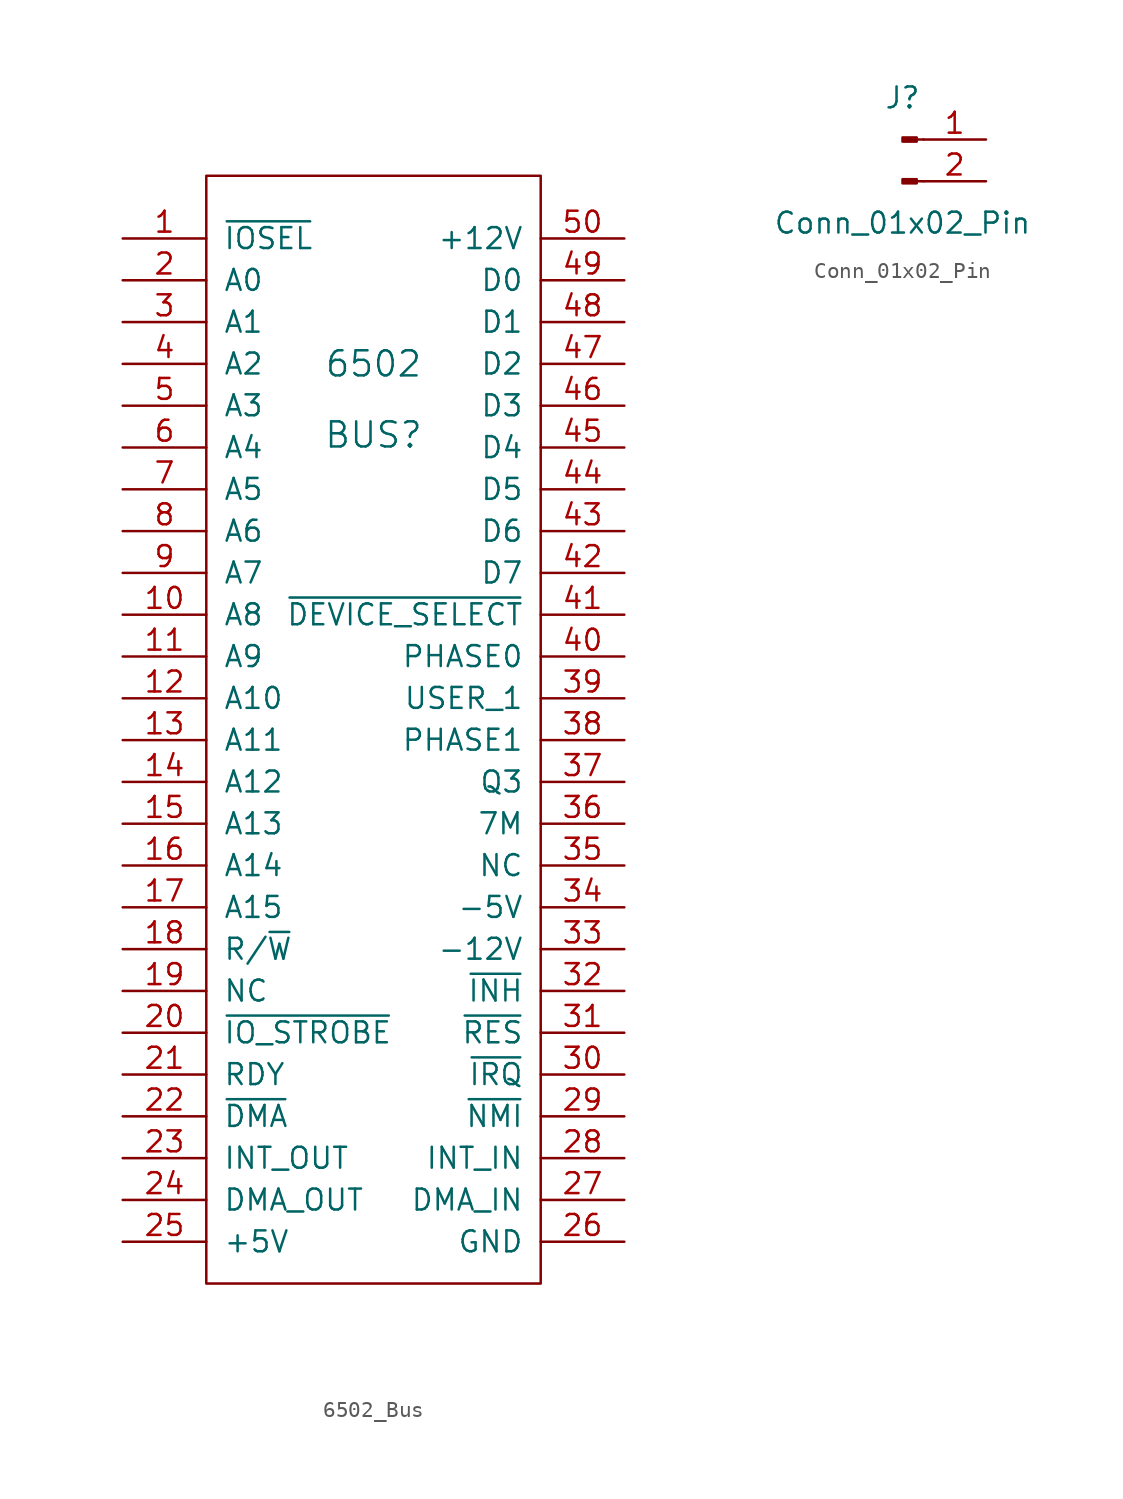
<source format=kicad_sym>
(kicad_symbol_lib
  (version 20241209)
  (generator "kicad_symbol_editor")
  (generator_version "9.0")
  (symbol "6502_Bus"
    (pin_names
      (offset 1.016))
    (property "Reference" "BUS"
      (at 0 17.272 0)
      (effects (font (size 1.524 1.524))))
    (property "Value" "6502"
      (at 0 21.59 0)
      (effects (font (size 1.524 1.524))))
    (symbol "6502_Bus_0_1"
      (rectangle (start -10.16 33.02) (end 10.16 -34.29) (stroke (width 0) (type solid)) (fill (type none))))
    (symbol "6502_Bus_1_1"
      (pin input line (at -15.24 29.21 0) (length 5.08) (name "~{IOSEL}" (effects (font (size 1.27 1.27)))) (number "1" (effects (font (size 1.27 1.27)))))
      (pin input line (at -15.24 26.67 0) (length 5.08) (name "A0" (effects (font (size 1.27 1.27)))) (number "2" (effects (font (size 1.27 1.27)))))
      (pin input line (at -15.24 24.13 0) (length 5.08) (name "A1" (effects (font (size 1.27 1.27)))) (number "3" (effects (font (size 1.27 1.27)))))
      (pin input line (at -15.24 21.59 0) (length 5.08) (name "A2" (effects (font (size 1.27 1.27)))) (number "4" (effects (font (size 1.27 1.27)))))
      (pin input line (at -15.24 19.05 0) (length 5.08) (name "A3" (effects (font (size 1.27 1.27)))) (number "5" (effects (font (size 1.27 1.27)))))
      (pin input line (at -15.24 16.51 0) (length 5.08) (name "A4" (effects (font (size 1.27 1.27)))) (number "6" (effects (font (size 1.27 1.27)))))
      (pin input line (at -15.24 13.97 0) (length 5.08) (name "A5" (effects (font (size 1.27 1.27)))) (number "7" (effects (font (size 1.27 1.27)))))
      (pin input line (at -15.24 11.43 0) (length 5.08) (name "A6" (effects (font (size 1.27 1.27)))) (number "8" (effects (font (size 1.27 1.27)))))
      (pin input line (at -15.24 8.89 0) (length 5.08) (name "A7" (effects (font (size 1.27 1.27)))) (number "9" (effects (font (size 1.27 1.27)))))
      (pin input line (at -15.24 6.35 0) (length 5.08) (name "A8" (effects (font (size 1.27 1.27)))) (number "10" (effects (font (size 1.27 1.27)))))
      (pin input line (at -15.24 3.81 0) (length 5.08) (name "A9" (effects (font (size 1.27 1.27)))) (number "11" (effects (font (size 1.27 1.27)))))
      (pin input line (at -15.24 1.27 0) (length 5.08) (name "A10" (effects (font (size 1.27 1.27)))) (number "12" (effects (font (size 1.27 1.27)))))
      (pin input line (at -15.24 -1.27 0) (length 5.08) (name "A11" (effects (font (size 1.27 1.27)))) (number "13" (effects (font (size 1.27 1.27)))))
      (pin input line (at -15.24 -3.81 0) (length 5.08) (name "A12" (effects (font (size 1.27 1.27)))) (number "14" (effects (font (size 1.27 1.27)))))
      (pin input line (at -15.24 -6.35 0) (length 5.08) (name "A13" (effects (font (size 1.27 1.27)))) (number "15" (effects (font (size 1.27 1.27)))))
      (pin input line (at -15.24 -8.89 0) (length 5.08) (name "A14" (effects (font (size 1.27 1.27)))) (number "16" (effects (font (size 1.27 1.27)))))
      (pin input line (at -15.24 -11.43 0) (length 5.08) (name "A15" (effects (font (size 1.27 1.27)))) (number "17" (effects (font (size 1.27 1.27)))))
      (pin input line (at -15.24 -13.97 0) (length 5.08) (name "R/~{W}" (effects (font (size 1.27 1.27)))) (number "18" (effects (font (size 1.27 1.27)))))
      (pin input line (at -15.24 -16.51 0) (length 5.08) (name "NC" (effects (font (size 1.27 1.27)))) (number "19" (effects (font (size 1.27 1.27)))))
      (pin input line (at -15.24 -19.05 0) (length 5.08) (name "~{IO_STROBE}" (effects (font (size 1.27 1.27)))) (number "20" (effects (font (size 1.27 1.27)))))
      (pin input line (at -15.24 -21.59 0) (length 5.08) (name "RDY" (effects (font (size 1.27 1.27)))) (number "21" (effects (font (size 1.27 1.27)))))
      (pin input line (at -15.24 -24.13 0) (length 5.08) (name "~{DMA}" (effects (font (size 1.27 1.27)))) (number "22" (effects (font (size 1.27 1.27)))))
      (pin input line (at -15.24 -26.67 0) (length 5.08) (name "INT_OUT" (effects (font (size 1.27 1.27)))) (number "23" (effects (font (size 1.27 1.27)))))
      (pin input line (at -15.24 -29.21 0) (length 5.08) (name "DMA_OUT" (effects (font (size 1.27 1.27)))) (number "24" (effects (font (size 1.27 1.27)))))
      (pin input line (at -15.24 -31.75 0) (length 5.08) (name "+5V" (effects (font (size 1.27 1.27)))) (number "25" (effects (font (size 1.27 1.27)))))
      (pin input line (at 15.24 29.21 180) (length 5.08) (name "+12V" (effects (font (size 1.27 1.27)))) (number "50" (effects (font (size 1.27 1.27)))))
      (pin input line (at 15.24 26.67 180) (length 5.08) (name "D0" (effects (font (size 1.27 1.27)))) (number "49" (effects (font (size 1.27 1.27)))))
      (pin input line (at 15.24 24.13 180) (length 5.08) (name "D1" (effects (font (size 1.27 1.27)))) (number "48" (effects (font (size 1.27 1.27)))))
      (pin input line (at 15.24 21.59 180) (length 5.08) (name "D2" (effects (font (size 1.27 1.27)))) (number "47" (effects (font (size 1.27 1.27)))))
      (pin input line (at 15.24 19.05 180) (length 5.08) (name "D3" (effects (font (size 1.27 1.27)))) (number "46" (effects (font (size 1.27 1.27)))))
      (pin input line (at 15.24 16.51 180) (length 5.08) (name "D4" (effects (font (size 1.27 1.27)))) (number "45" (effects (font (size 1.27 1.27)))))
      (pin input line (at 15.24 13.97 180) (length 5.08) (name "D5" (effects (font (size 1.27 1.27)))) (number "44" (effects (font (size 1.27 1.27)))))
      (pin input line (at 15.24 11.43 180) (length 5.08) (name "D6" (effects (font (size 1.27 1.27)))) (number "43" (effects (font (size 1.27 1.27)))))
      (pin input line (at 15.24 8.89 180) (length 5.08) (name "D7" (effects (font (size 1.27 1.27)))) (number "42" (effects (font (size 1.27 1.27)))))
      (pin input line (at 15.24 6.35 180) (length 5.08) (name "~{DEVICE_SELECT}" (effects (font (size 1.27 1.27)))) (number "41" (effects (font (size 1.27 1.27)))))
      (pin input line (at 15.24 3.81 180) (length 5.08) (name "PHASE0" (effects (font (size 1.27 1.27)))) (number "40" (effects (font (size 1.27 1.27)))))
      (pin input line (at 15.24 1.27 180) (length 5.08) (name "USER_1" (effects (font (size 1.27 1.27)))) (number "39" (effects (font (size 1.27 1.27)))))
      (pin input line (at 15.24 -1.27 180) (length 5.08) (name "PHASE1" (effects (font (size 1.27 1.27)))) (number "38" (effects (font (size 1.27 1.27)))))
      (pin input line (at 15.24 -3.81 180) (length 5.08) (name "Q3" (effects (font (size 1.27 1.27)))) (number "37" (effects (font (size 1.27 1.27)))))
      (pin input line (at 15.24 -6.35 180) (length 5.08) (name "7M" (effects (font (size 1.27 1.27)))) (number "36" (effects (font (size 1.27 1.27)))))
      (pin input line (at 15.24 -8.89 180) (length 5.08) (name "NC" (effects (font (size 1.27 1.27)))) (number "35" (effects (font (size 1.27 1.27)))))
      (pin input line (at 15.24 -11.43 180) (length 5.08) (name "-5V" (effects (font (size 1.27 1.27)))) (number "34" (effects (font (size 1.27 1.27)))))
      (pin input line (at 15.24 -13.97 180) (length 5.08) (name "-12V" (effects (font (size 1.27 1.27)))) (number "33" (effects (font (size 1.27 1.27)))))
      (pin input line (at 15.24 -16.51 180) (length 5.08) (name "~{INH}" (effects (font (size 1.27 1.27)))) (number "32" (effects (font (size 1.27 1.27)))))
      (pin input line (at 15.24 -19.05 180) (length 5.08) (name "~{RES}" (effects (font (size 1.27 1.27)))) (number "31" (effects (font (size 1.27 1.27)))))
      (pin input line (at 15.24 -21.59 180) (length 5.08) (name "~{IRQ}" (effects (font (size 1.27 1.27)))) (number "30" (effects (font (size 1.27 1.27)))))
      (pin input line (at 15.24 -24.13 180) (length 5.08) (name "~{NMI}" (effects (font (size 1.27 1.27)))) (number "29" (effects (font (size 1.27 1.27)))))
      (pin input line (at 15.24 -26.67 180) (length 5.08) (name "INT_IN" (effects (font (size 1.27 1.27)))) (number "28" (effects (font (size 1.27 1.27)))))
      (pin input line (at 15.24 -29.21 180) (length 5.08) (name "DMA_IN" (effects (font (size 1.27 1.27)))) (number "27" (effects (font (size 1.27 1.27)))))
      (pin input line (at 15.24 -31.75 180) (length 5.08) (name "GND" (effects (font (size 1.27 1.27)))) (number "26" (effects (font (size 1.27 1.27)))))))
  (symbol "Conn_01x02_Pin"
    (pin_names
      (offset 1.016)
      (hide yes))
    (property "Reference" "J"
      (at 0 2.54 0)
      (effects (font (size 1.27 1.27))))
    (property "Value" "Conn_01x02_Pin"
      (at 0 -5.08 0)
      (effects (font (size 1.27 1.27))))
    (property "ki_locked" ""
      (at 0 0 0)
      (effects (font (size 1.27 1.27))))
    (symbol "Conn_01x02_Pin_1_1"
      (rectangle (start 0.864 0.127) (end 0 -0.127) (stroke (width 0.152) (type default)) (fill (type outline)))
      (rectangle (start 0.864 -2.413) (end 0 -2.667) (stroke (width 0.152) (type default)) (fill (type outline)))
      (polyline (pts (xy 1.27 0) (xy 0.864 0)) (stroke (width 0.152) (type default)) (fill (type none)))
      (polyline (pts (xy 1.27 -2.54) (xy 0.864 -2.54)) (stroke (width 0.152) (type default)) (fill (type none)))
      (pin passive line (at 5.08 0 180) (length 3.81) (name "Pin_1" (effects (font (size 1.27 1.27)))) (number "1" (effects (font (size 1.27 1.27)))))
      (pin passive line (at 5.08 -2.54 180) (length 3.81) (name "Pin_2" (effects (font (size 1.27 1.27)))) (number "2" (effects (font (size 1.27 1.27))))))))
</source>
